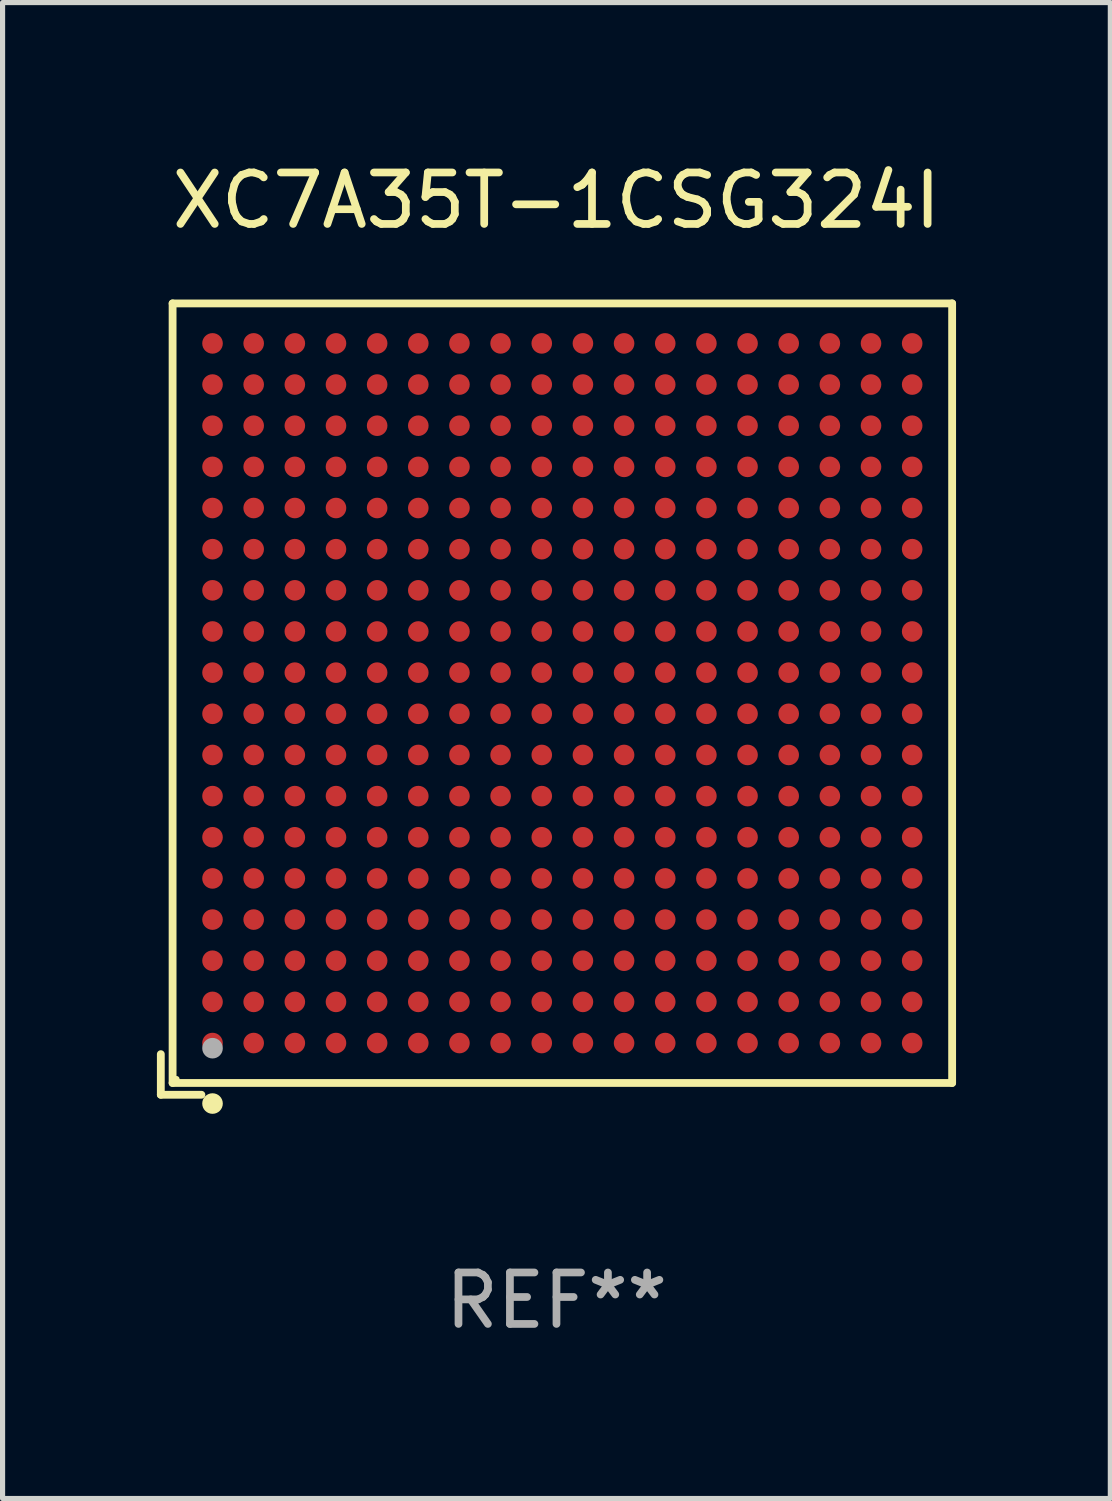
<source format=kicad_pcb>
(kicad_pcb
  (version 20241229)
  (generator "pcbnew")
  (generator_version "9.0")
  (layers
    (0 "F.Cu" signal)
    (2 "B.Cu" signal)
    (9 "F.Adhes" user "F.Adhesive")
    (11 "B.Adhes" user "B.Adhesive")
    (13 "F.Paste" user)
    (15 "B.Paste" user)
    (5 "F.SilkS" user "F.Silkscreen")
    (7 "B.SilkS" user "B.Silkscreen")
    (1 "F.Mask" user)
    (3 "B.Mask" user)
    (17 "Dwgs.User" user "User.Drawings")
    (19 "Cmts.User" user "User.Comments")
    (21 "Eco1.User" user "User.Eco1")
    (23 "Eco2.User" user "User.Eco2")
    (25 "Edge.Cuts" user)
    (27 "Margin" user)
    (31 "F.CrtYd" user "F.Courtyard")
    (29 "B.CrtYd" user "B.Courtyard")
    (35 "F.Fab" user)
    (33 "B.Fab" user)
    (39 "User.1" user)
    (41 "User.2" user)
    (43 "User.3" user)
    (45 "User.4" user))
  (footprint "XC7A35T-1CSG324I"
    (layer "F.Cu")
    (at 7.767 10.539)
    (property "Reference" "XC7A35T-1CSG324I" (at 0 -9.691 0) (layer "F.SilkS") (effects (font (size 1 1) (thickness 0.15))))
    (attr through_hole)
    (fp_line (start -7.691 6.902) (end -7.691 7.691) (stroke (width 0.152) (type solid)) (layer "F.SilkS"))
    (fp_line (start -7.691 7.691) (end -6.902 7.691) (stroke (width 0.152) (type solid)) (layer "F.SilkS"))
    (fp_line (start -7.462 -7.691) (end 7.691 -7.691) (stroke (width 0.152) (type solid)) (layer "F.SilkS"))
    (fp_line (start -7.462 7.462) (end -7.462 -7.691) (stroke (width 0.152) (type solid)) (layer "F.SilkS"))
    (fp_line (start 7.691 -7.691) (end 7.691 7.462) (stroke (width 0.152) (type solid)) (layer "F.SilkS"))
    (fp_line (start 7.691 7.462) (end -7.462 7.462) (stroke (width 0.152) (type solid)) (layer "F.SilkS"))
    (fp_circle (center -7.386 7.386) (end -7.356 7.386) (stroke (width 0.06) (type solid)) (fill no) (layer "F.SilkS"))
    (fp_circle (center -6.686 7.862) (end -6.586 7.862) (stroke (width 0.2) (type solid)) (fill no) (layer "F.SilkS"))
    (fp_circle (center -6.686 6.786) (end -6.586 6.786) (stroke (width 0.2) (type solid)) (fill no) (layer "F.Fab"))
    (fp_text user "REF**" (at 0 11.691 0) (layer "F.Fab") (effects (font (size 1 1) (thickness 0.15))))
    (pad "A1" smd circle (at -6.686 6.686) (size 0.4 0.4) (layers "F.Cu" "F.Mask" "F.Paste"))
    (pad "A2" smd circle (at -6.686 5.886) (size 0.4 0.4) (layers "F.Cu" "F.Mask" "F.Paste"))
    (pad "A3" smd circle (at -6.686 5.086) (size 0.4 0.4) (layers "F.Cu" "F.Mask" "F.Paste"))
    (pad "A4" smd circle (at -6.686 4.286) (size 0.4 0.4) (layers "F.Cu" "F.Mask" "F.Paste"))
    (pad "A5" smd circle (at -6.686 3.486) (size 0.4 0.4) (layers "F.Cu" "F.Mask" "F.Paste"))
    (pad "A6" smd circle (at -6.686 2.686) (size 0.4 0.4) (layers "F.Cu" "F.Mask" "F.Paste"))
    (pad "A7" smd circle (at -6.686 1.886) (size 0.4 0.4) (layers "F.Cu" "F.Mask" "F.Paste"))
    (pad "A8" smd circle (at -6.686 1.086) (size 0.4 0.4) (layers "F.Cu" "F.Mask" "F.Paste"))
    (pad "A9" smd circle (at -6.686 0.286) (size 0.4 0.4) (layers "F.Cu" "F.Mask" "F.Paste"))
    (pad "A10" smd circle (at -6.686 -0.514) (size 0.4 0.4) (layers "F.Cu" "F.Mask" "F.Paste"))
    (pad "A11" smd circle (at -6.686 -1.314) (size 0.4 0.4) (layers "F.Cu" "F.Mask" "F.Paste"))
    (pad "A12" smd circle (at -6.686 -2.114) (size 0.4 0.4) (layers "F.Cu" "F.Mask" "F.Paste"))
    (pad "A13" smd circle (at -6.686 -2.914) (size 0.4 0.4) (layers "F.Cu" "F.Mask" "F.Paste"))
    (pad "A14" smd circle (at -6.686 -3.714) (size 0.4 0.4) (layers "F.Cu" "F.Mask" "F.Paste"))
    (pad "A15" smd circle (at -6.686 -4.514) (size 0.4 0.4) (layers "F.Cu" "F.Mask" "F.Paste"))
    (pad "A16" smd circle (at -6.686 -5.314) (size 0.4 0.4) (layers "F.Cu" "F.Mask" "F.Paste"))
    (pad "A17" smd circle (at -6.686 -6.114) (size 0.4 0.4) (layers "F.Cu" "F.Mask" "F.Paste"))
    (pad "A18" smd circle (at -6.686 -6.914) (size 0.4 0.4) (layers "F.Cu" "F.Mask" "F.Paste"))
    (pad "B1" smd circle (at -5.886 6.686) (size 0.4 0.4) (layers "F.Cu" "F.Mask" "F.Paste"))
    (pad "B2" smd circle (at -5.886 5.886) (size 0.4 0.4) (layers "F.Cu" "F.Mask" "F.Paste"))
    (pad "B3" smd circle (at -5.886 5.086) (size 0.4 0.4) (layers "F.Cu" "F.Mask" "F.Paste"))
    (pad "B4" smd circle (at -5.886 4.286) (size 0.4 0.4) (layers "F.Cu" "F.Mask" "F.Paste"))
    (pad "B5" smd circle (at -5.886 3.486) (size 0.4 0.4) (layers "F.Cu" "F.Mask" "F.Paste"))
    (pad "B6" smd circle (at -5.886 2.686) (size 0.4 0.4) (layers "F.Cu" "F.Mask" "F.Paste"))
    (pad "B7" smd circle (at -5.886 1.886) (size 0.4 0.4) (layers "F.Cu" "F.Mask" "F.Paste"))
    (pad "B8" smd circle (at -5.886 1.086) (size 0.4 0.4) (layers "F.Cu" "F.Mask" "F.Paste"))
    (pad "B9" smd circle (at -5.886 0.286) (size 0.4 0.4) (layers "F.Cu" "F.Mask" "F.Paste"))
    (pad "B10" smd circle (at -5.886 -0.514) (size 0.4 0.4) (layers "F.Cu" "F.Mask" "F.Paste"))
    (pad "B11" smd circle (at -5.886 -1.314) (size 0.4 0.4) (layers "F.Cu" "F.Mask" "F.Paste"))
    (pad "B12" smd circle (at -5.886 -2.114) (size 0.4 0.4) (layers "F.Cu" "F.Mask" "F.Paste"))
    (pad "B13" smd circle (at -5.886 -2.914) (size 0.4 0.4) (layers "F.Cu" "F.Mask" "F.Paste"))
    (pad "B14" smd circle (at -5.886 -3.714) (size 0.4 0.4) (layers "F.Cu" "F.Mask" "F.Paste"))
    (pad "B15" smd circle (at -5.886 -4.514) (size 0.4 0.4) (layers "F.Cu" "F.Mask" "F.Paste"))
    (pad "B16" smd circle (at -5.886 -5.314) (size 0.4 0.4) (layers "F.Cu" "F.Mask" "F.Paste"))
    (pad "B17" smd circle (at -5.886 -6.114) (size 0.4 0.4) (layers "F.Cu" "F.Mask" "F.Paste"))
    (pad "B18" smd circle (at -5.886 -6.914) (size 0.4 0.4) (layers "F.Cu" "F.Mask" "F.Paste"))
    (pad "C1" smd circle (at -5.086 6.686) (size 0.4 0.4) (layers "F.Cu" "F.Mask" "F.Paste"))
    (pad "C2" smd circle (at -5.086 5.886) (size 0.4 0.4) (layers "F.Cu" "F.Mask" "F.Paste"))
    (pad "C3" smd circle (at -5.086 5.086) (size 0.4 0.4) (layers "F.Cu" "F.Mask" "F.Paste"))
    (pad "C4" smd circle (at -5.086 4.286) (size 0.4 0.4) (layers "F.Cu" "F.Mask" "F.Paste"))
    (pad "C5" smd circle (at -5.086 3.486) (size 0.4 0.4) (layers "F.Cu" "F.Mask" "F.Paste"))
    (pad "C6" smd circle (at -5.086 2.686) (size 0.4 0.4) (layers "F.Cu" "F.Mask" "F.Paste"))
    (pad "C7" smd circle (at -5.086 1.886) (size 0.4 0.4) (layers "F.Cu" "F.Mask" "F.Paste"))
    (pad "C8" smd circle (at -5.086 1.086) (size 0.4 0.4) (layers "F.Cu" "F.Mask" "F.Paste"))
    (pad "C9" smd circle (at -5.086 0.286) (size 0.4 0.4) (layers "F.Cu" "F.Mask" "F.Paste"))
    (pad "C10" smd circle (at -5.086 -0.514) (size 0.4 0.4) (layers "F.Cu" "F.Mask" "F.Paste"))
    (pad "C11" smd circle (at -5.086 -1.314) (size 0.4 0.4) (layers "F.Cu" "F.Mask" "F.Paste"))
    (pad "C12" smd circle (at -5.086 -2.114) (size 0.4 0.4) (layers "F.Cu" "F.Mask" "F.Paste"))
    (pad "C13" smd circle (at -5.086 -2.914) (size 0.4 0.4) (layers "F.Cu" "F.Mask" "F.Paste"))
    (pad "C14" smd circle (at -5.086 -3.714) (size 0.4 0.4) (layers "F.Cu" "F.Mask" "F.Paste"))
    (pad "C15" smd circle (at -5.086 -4.514) (size 0.4 0.4) (layers "F.Cu" "F.Mask" "F.Paste"))
    (pad "C16" smd circle (at -5.086 -5.314) (size 0.4 0.4) (layers "F.Cu" "F.Mask" "F.Paste"))
    (pad "C17" smd circle (at -5.086 -6.114) (size 0.4 0.4) (layers "F.Cu" "F.Mask" "F.Paste"))
    (pad "C18" smd circle (at -5.086 -6.914) (size 0.4 0.4) (layers "F.Cu" "F.Mask" "F.Paste"))
    (pad "D1" smd circle (at -4.286 6.686) (size 0.4 0.4) (layers "F.Cu" "F.Mask" "F.Paste"))
    (pad "D2" smd circle (at -4.286 5.886) (size 0.4 0.4) (layers "F.Cu" "F.Mask" "F.Paste"))
    (pad "D3" smd circle (at -4.286 5.086) (size 0.4 0.4) (layers "F.Cu" "F.Mask" "F.Paste"))
    (pad "D4" smd circle (at -4.286 4.286) (size 0.4 0.4) (layers "F.Cu" "F.Mask" "F.Paste"))
    (pad "D5" smd circle (at -4.286 3.486) (size 0.4 0.4) (layers "F.Cu" "F.Mask" "F.Paste"))
    (pad "D6" smd circle (at -4.286 2.686) (size 0.4 0.4) (layers "F.Cu" "F.Mask" "F.Paste"))
    (pad "D7" smd circle (at -4.286 1.886) (size 0.4 0.4) (layers "F.Cu" "F.Mask" "F.Paste"))
    (pad "D8" smd circle (at -4.286 1.086) (size 0.4 0.4) (layers "F.Cu" "F.Mask" "F.Paste"))
    (pad "D9" smd circle (at -4.286 0.286) (size 0.4 0.4) (layers "F.Cu" "F.Mask" "F.Paste"))
    (pad "D10" smd circle (at -4.286 -0.514) (size 0.4 0.4) (layers "F.Cu" "F.Mask" "F.Paste"))
    (pad "D11" smd circle (at -4.286 -1.314) (size 0.4 0.4) (layers "F.Cu" "F.Mask" "F.Paste"))
    (pad "D12" smd circle (at -4.286 -2.114) (size 0.4 0.4) (layers "F.Cu" "F.Mask" "F.Paste"))
    (pad "D13" smd circle (at -4.286 -2.914) (size 0.4 0.4) (layers "F.Cu" "F.Mask" "F.Paste"))
    (pad "D14" smd circle (at -4.286 -3.714) (size 0.4 0.4) (layers "F.Cu" "F.Mask" "F.Paste"))
    (pad "D15" smd circle (at -4.286 -4.514) (size 0.4 0.4) (layers "F.Cu" "F.Mask" "F.Paste"))
    (pad "D16" smd circle (at -4.286 -5.314) (size 0.4 0.4) (layers "F.Cu" "F.Mask" "F.Paste"))
    (pad "D17" smd circle (at -4.286 -6.114) (size 0.4 0.4) (layers "F.Cu" "F.Mask" "F.Paste"))
    (pad "D18" smd circle (at -4.286 -6.914) (size 0.4 0.4) (layers "F.Cu" "F.Mask" "F.Paste"))
    (pad "E1" smd circle (at -3.486 6.686) (size 0.4 0.4) (layers "F.Cu" "F.Mask" "F.Paste"))
    (pad "E2" smd circle (at -3.486 5.886) (size 0.4 0.4) (layers "F.Cu" "F.Mask" "F.Paste"))
    (pad "E3" smd circle (at -3.486 5.086) (size 0.4 0.4) (layers "F.Cu" "F.Mask" "F.Paste"))
    (pad "E4" smd circle (at -3.486 4.286) (size 0.4 0.4) (layers "F.Cu" "F.Mask" "F.Paste"))
    (pad "E5" smd circle (at -3.486 3.486) (size 0.4 0.4) (layers "F.Cu" "F.Mask" "F.Paste"))
    (pad "E6" smd circle (at -3.486 2.686) (size 0.4 0.4) (layers "F.Cu" "F.Mask" "F.Paste"))
    (pad "E7" smd circle (at -3.486 1.886) (size 0.4 0.4) (layers "F.Cu" "F.Mask" "F.Paste"))
    (pad "E8" smd circle (at -3.486 1.086) (size 0.4 0.4) (layers "F.Cu" "F.Mask" "F.Paste"))
    (pad "E9" smd circle (at -3.486 0.286) (size 0.4 0.4) (layers "F.Cu" "F.Mask" "F.Paste"))
    (pad "E10" smd circle (at -3.486 -0.514) (size 0.4 0.4) (layers "F.Cu" "F.Mask" "F.Paste"))
    (pad "E11" smd circle (at -3.486 -1.314) (size 0.4 0.4) (layers "F.Cu" "F.Mask" "F.Paste"))
    (pad "E12" smd circle (at -3.486 -2.114) (size 0.4 0.4) (layers "F.Cu" "F.Mask" "F.Paste"))
    (pad "E13" smd circle (at -3.486 -2.914) (size 0.4 0.4) (layers "F.Cu" "F.Mask" "F.Paste"))
    (pad "E14" smd circle (at -3.486 -3.714) (size 0.4 0.4) (layers "F.Cu" "F.Mask" "F.Paste"))
    (pad "E15" smd circle (at -3.486 -4.514) (size 0.4 0.4) (layers "F.Cu" "F.Mask" "F.Paste"))
    (pad "E16" smd circle (at -3.486 -5.314) (size 0.4 0.4) (layers "F.Cu" "F.Mask" "F.Paste"))
    (pad "E17" smd circle (at -3.486 -6.114) (size 0.4 0.4) (layers "F.Cu" "F.Mask" "F.Paste"))
    (pad "E18" smd circle (at -3.486 -6.914) (size 0.4 0.4) (layers "F.Cu" "F.Mask" "F.Paste"))
    (pad "F1" smd circle (at -2.686 6.686) (size 0.4 0.4) (layers "F.Cu" "F.Mask" "F.Paste"))
    (pad "F2" smd circle (at -2.686 5.886) (size 0.4 0.4) (layers "F.Cu" "F.Mask" "F.Paste"))
    (pad "F3" smd circle (at -2.686 5.086) (size 0.4 0.4) (layers "F.Cu" "F.Mask" "F.Paste"))
    (pad "F4" smd circle (at -2.686 4.286) (size 0.4 0.4) (layers "F.Cu" "F.Mask" "F.Paste"))
    (pad "F5" smd circle (at -2.686 3.486) (size 0.4 0.4) (layers "F.Cu" "F.Mask" "F.Paste"))
    (pad "F6" smd circle (at -2.686 2.686) (size 0.4 0.4) (layers "F.Cu" "F.Mask" "F.Paste"))
    (pad "F7" smd circle (at -2.686 1.886) (size 0.4 0.4) (layers "F.Cu" "F.Mask" "F.Paste"))
    (pad "F8" smd circle (at -2.686 1.086) (size 0.4 0.4) (layers "F.Cu" "F.Mask" "F.Paste"))
    (pad "F9" smd circle (at -2.686 0.286) (size 0.4 0.4) (layers "F.Cu" "F.Mask" "F.Paste"))
    (pad "F10" smd circle (at -2.686 -0.514) (size 0.4 0.4) (layers "F.Cu" "F.Mask" "F.Paste"))
    (pad "F11" smd circle (at -2.686 -1.314) (size 0.4 0.4) (layers "F.Cu" "F.Mask" "F.Paste"))
    (pad "F12" smd circle (at -2.686 -2.114) (size 0.4 0.4) (layers "F.Cu" "F.Mask" "F.Paste"))
    (pad "F13" smd circle (at -2.686 -2.914) (size 0.4 0.4) (layers "F.Cu" "F.Mask" "F.Paste"))
    (pad "F14" smd circle (at -2.686 -3.714) (size 0.4 0.4) (layers "F.Cu" "F.Mask" "F.Paste"))
    (pad "F15" smd circle (at -2.686 -4.514) (size 0.4 0.4) (layers "F.Cu" "F.Mask" "F.Paste"))
    (pad "F16" smd circle (at -2.686 -5.314) (size 0.4 0.4) (layers "F.Cu" "F.Mask" "F.Paste"))
    (pad "F17" smd circle (at -2.686 -6.114) (size 0.4 0.4) (layers "F.Cu" "F.Mask" "F.Paste"))
    (pad "F18" smd circle (at -2.686 -6.914) (size 0.4 0.4) (layers "F.Cu" "F.Mask" "F.Paste"))
    (pad "G1" smd circle (at -1.886 6.686) (size 0.4 0.4) (layers "F.Cu" "F.Mask" "F.Paste"))
    (pad "G2" smd circle (at -1.886 5.886) (size 0.4 0.4) (layers "F.Cu" "F.Mask" "F.Paste"))
    (pad "G3" smd circle (at -1.886 5.086) (size 0.4 0.4) (layers "F.Cu" "F.Mask" "F.Paste"))
    (pad "G4" smd circle (at -1.886 4.286) (size 0.4 0.4) (layers "F.Cu" "F.Mask" "F.Paste"))
    (pad "G5" smd circle (at -1.886 3.486) (size 0.4 0.4) (layers "F.Cu" "F.Mask" "F.Paste"))
    (pad "G6" smd circle (at -1.886 2.686) (size 0.4 0.4) (layers "F.Cu" "F.Mask" "F.Paste"))
    (pad "G7" smd circle (at -1.886 1.886) (size 0.4 0.4) (layers "F.Cu" "F.Mask" "F.Paste"))
    (pad "G8" smd circle (at -1.886 1.086) (size 0.4 0.4) (layers "F.Cu" "F.Mask" "F.Paste"))
    (pad "G9" smd circle (at -1.886 0.286) (size 0.4 0.4) (layers "F.Cu" "F.Mask" "F.Paste"))
    (pad "G10" smd circle (at -1.886 -0.514) (size 0.4 0.4) (layers "F.Cu" "F.Mask" "F.Paste"))
    (pad "G11" smd circle (at -1.886 -1.314) (size 0.4 0.4) (layers "F.Cu" "F.Mask" "F.Paste"))
    (pad "G12" smd circle (at -1.886 -2.114) (size 0.4 0.4) (layers "F.Cu" "F.Mask" "F.Paste"))
    (pad "G13" smd circle (at -1.886 -2.914) (size 0.4 0.4) (layers "F.Cu" "F.Mask" "F.Paste"))
    (pad "G14" smd circle (at -1.886 -3.714) (size 0.4 0.4) (layers "F.Cu" "F.Mask" "F.Paste"))
    (pad "G15" smd circle (at -1.886 -4.514) (size 0.4 0.4) (layers "F.Cu" "F.Mask" "F.Paste"))
    (pad "G16" smd circle (at -1.886 -5.314) (size 0.4 0.4) (layers "F.Cu" "F.Mask" "F.Paste"))
    (pad "G17" smd circle (at -1.886 -6.114) (size 0.4 0.4) (layers "F.Cu" "F.Mask" "F.Paste"))
    (pad "G18" smd circle (at -1.886 -6.914) (size 0.4 0.4) (layers "F.Cu" "F.Mask" "F.Paste"))
    (pad "H1" smd circle (at -1.086 6.686) (size 0.4 0.4) (layers "F.Cu" "F.Mask" "F.Paste"))
    (pad "H2" smd circle (at -1.086 5.886) (size 0.4 0.4) (layers "F.Cu" "F.Mask" "F.Paste"))
    (pad "H3" smd circle (at -1.086 5.086) (size 0.4 0.4) (layers "F.Cu" "F.Mask" "F.Paste"))
    (pad "H4" smd circle (at -1.086 4.286) (size 0.4 0.4) (layers "F.Cu" "F.Mask" "F.Paste"))
    (pad "H5" smd circle (at -1.086 3.486) (size 0.4 0.4) (layers "F.Cu" "F.Mask" "F.Paste"))
    (pad "H6" smd circle (at -1.086 2.686) (size 0.4 0.4) (layers "F.Cu" "F.Mask" "F.Paste"))
    (pad "H7" smd circle (at -1.086 1.886) (size 0.4 0.4) (layers "F.Cu" "F.Mask" "F.Paste"))
    (pad "H8" smd circle (at -1.086 1.086) (size 0.4 0.4) (layers "F.Cu" "F.Mask" "F.Paste"))
    (pad "H9" smd circle (at -1.086 0.286) (size 0.4 0.4) (layers "F.Cu" "F.Mask" "F.Paste"))
    (pad "H10" smd circle (at -1.086 -0.514) (size 0.4 0.4) (layers "F.Cu" "F.Mask" "F.Paste"))
    (pad "H11" smd circle (at -1.086 -1.314) (size 0.4 0.4) (layers "F.Cu" "F.Mask" "F.Paste"))
    (pad "H12" smd circle (at -1.086 -2.114) (size 0.4 0.4) (layers "F.Cu" "F.Mask" "F.Paste"))
    (pad "H13" smd circle (at -1.086 -2.914) (size 0.4 0.4) (layers "F.Cu" "F.Mask" "F.Paste"))
    (pad "H14" smd circle (at -1.086 -3.714) (size 0.4 0.4) (layers "F.Cu" "F.Mask" "F.Paste"))
    (pad "H15" smd circle (at -1.086 -4.514) (size 0.4 0.4) (layers "F.Cu" "F.Mask" "F.Paste"))
    (pad "H16" smd circle (at -1.086 -5.314) (size 0.4 0.4) (layers "F.Cu" "F.Mask" "F.Paste"))
    (pad "H17" smd circle (at -1.086 -6.114) (size 0.4 0.4) (layers "F.Cu" "F.Mask" "F.Paste"))
    (pad "H18" smd circle (at -1.086 -6.914) (size 0.4 0.4) (layers "F.Cu" "F.Mask" "F.Paste"))
    (pad "J1" smd circle (at -0.286 6.686) (size 0.4 0.4) (layers "F.Cu" "F.Mask" "F.Paste"))
    (pad "J2" smd circle (at -0.286 5.886) (size 0.4 0.4) (layers "F.Cu" "F.Mask" "F.Paste"))
    (pad "J3" smd circle (at -0.286 5.086) (size 0.4 0.4) (layers "F.Cu" "F.Mask" "F.Paste"))
    (pad "J4" smd circle (at -0.286 4.286) (size 0.4 0.4) (layers "F.Cu" "F.Mask" "F.Paste"))
    (pad "J5" smd circle (at -0.286 3.486) (size 0.4 0.4) (layers "F.Cu" "F.Mask" "F.Paste"))
    (pad "J6" smd circle (at -0.286 2.686) (size 0.4 0.4) (layers "F.Cu" "F.Mask" "F.Paste"))
    (pad "J7" smd circle (at -0.286 1.886) (size 0.4 0.4) (layers "F.Cu" "F.Mask" "F.Paste"))
    (pad "J8" smd circle (at -0.286 1.086) (size 0.4 0.4) (layers "F.Cu" "F.Mask" "F.Paste"))
    (pad "J9" smd circle (at -0.286 0.286) (size 0.4 0.4) (layers "F.Cu" "F.Mask" "F.Paste"))
    (pad "J10" smd circle (at -0.286 -0.514) (size 0.4 0.4) (layers "F.Cu" "F.Mask" "F.Paste"))
    (pad "J11" smd circle (at -0.286 -1.314) (size 0.4 0.4) (layers "F.Cu" "F.Mask" "F.Paste"))
    (pad "J12" smd circle (at -0.286 -2.114) (size 0.4 0.4) (layers "F.Cu" "F.Mask" "F.Paste"))
    (pad "J13" smd circle (at -0.286 -2.914) (size 0.4 0.4) (layers "F.Cu" "F.Mask" "F.Paste"))
    (pad "J14" smd circle (at -0.286 -3.714) (size 0.4 0.4) (layers "F.Cu" "F.Mask" "F.Paste"))
    (pad "J15" smd circle (at -0.286 -4.514) (size 0.4 0.4) (layers "F.Cu" "F.Mask" "F.Paste"))
    (pad "J16" smd circle (at -0.286 -5.314) (size 0.4 0.4) (layers "F.Cu" "F.Mask" "F.Paste"))
    (pad "J17" smd circle (at -0.286 -6.114) (size 0.4 0.4) (layers "F.Cu" "F.Mask" "F.Paste"))
    (pad "J18" smd circle (at -0.286 -6.914) (size 0.4 0.4) (layers "F.Cu" "F.Mask" "F.Paste"))
    (pad "K1" smd circle (at 0.514 6.686) (size 0.4 0.4) (layers "F.Cu" "F.Mask" "F.Paste"))
    (pad "K2" smd circle (at 0.514 5.886) (size 0.4 0.4) (layers "F.Cu" "F.Mask" "F.Paste"))
    (pad "K3" smd circle (at 0.514 5.086) (size 0.4 0.4) (layers "F.Cu" "F.Mask" "F.Paste"))
    (pad "K4" smd circle (at 0.514 4.286) (size 0.4 0.4) (layers "F.Cu" "F.Mask" "F.Paste"))
    (pad "K5" smd circle (at 0.514 3.486) (size 0.4 0.4) (layers "F.Cu" "F.Mask" "F.Paste"))
    (pad "K6" smd circle (at 0.514 2.686) (size 0.4 0.4) (layers "F.Cu" "F.Mask" "F.Paste"))
    (pad "K7" smd circle (at 0.514 1.886) (size 0.4 0.4) (layers "F.Cu" "F.Mask" "F.Paste"))
    (pad "K8" smd circle (at 0.514 1.086) (size 0.4 0.4) (layers "F.Cu" "F.Mask" "F.Paste"))
    (pad "K9" smd circle (at 0.514 0.286) (size 0.4 0.4) (layers "F.Cu" "F.Mask" "F.Paste"))
    (pad "K10" smd circle (at 0.514 -0.514) (size 0.4 0.4) (layers "F.Cu" "F.Mask" "F.Paste"))
    (pad "K11" smd circle (at 0.514 -1.314) (size 0.4 0.4) (layers "F.Cu" "F.Mask" "F.Paste"))
    (pad "K12" smd circle (at 0.514 -2.114) (size 0.4 0.4) (layers "F.Cu" "F.Mask" "F.Paste"))
    (pad "K13" smd circle (at 0.514 -2.914) (size 0.4 0.4) (layers "F.Cu" "F.Mask" "F.Paste"))
    (pad "K14" smd circle (at 0.514 -3.714) (size 0.4 0.4) (layers "F.Cu" "F.Mask" "F.Paste"))
    (pad "K15" smd circle (at 0.514 -4.514) (size 0.4 0.4) (layers "F.Cu" "F.Mask" "F.Paste"))
    (pad "K16" smd circle (at 0.514 -5.314) (size 0.4 0.4) (layers "F.Cu" "F.Mask" "F.Paste"))
    (pad "K17" smd circle (at 0.514 -6.114) (size 0.4 0.4) (layers "F.Cu" "F.Mask" "F.Paste"))
    (pad "K18" smd circle (at 0.514 -6.914) (size 0.4 0.4) (layers "F.Cu" "F.Mask" "F.Paste"))
    (pad "L1" smd circle (at 1.314 6.686) (size 0.4 0.4) (layers "F.Cu" "F.Mask" "F.Paste"))
    (pad "L2" smd circle (at 1.314 5.886) (size 0.4 0.4) (layers "F.Cu" "F.Mask" "F.Paste"))
    (pad "L3" smd circle (at 1.314 5.086) (size 0.4 0.4) (layers "F.Cu" "F.Mask" "F.Paste"))
    (pad "L4" smd circle (at 1.314 4.286) (size 0.4 0.4) (layers "F.Cu" "F.Mask" "F.Paste"))
    (pad "L5" smd circle (at 1.314 3.486) (size 0.4 0.4) (layers "F.Cu" "F.Mask" "F.Paste"))
    (pad "L6" smd circle (at 1.314 2.686) (size 0.4 0.4) (layers "F.Cu" "F.Mask" "F.Paste"))
    (pad "L7" smd circle (at 1.314 1.886) (size 0.4 0.4) (layers "F.Cu" "F.Mask" "F.Paste"))
    (pad "L8" smd circle (at 1.314 1.086) (size 0.4 0.4) (layers "F.Cu" "F.Mask" "F.Paste"))
    (pad "L9" smd circle (at 1.314 0.286) (size 0.4 0.4) (layers "F.Cu" "F.Mask" "F.Paste"))
    (pad "L10" smd circle (at 1.314 -0.514) (size 0.4 0.4) (layers "F.Cu" "F.Mask" "F.Paste"))
    (pad "L11" smd circle (at 1.314 -1.314) (size 0.4 0.4) (layers "F.Cu" "F.Mask" "F.Paste"))
    (pad "L12" smd circle (at 1.314 -2.114) (size 0.4 0.4) (layers "F.Cu" "F.Mask" "F.Paste"))
    (pad "L13" smd circle (at 1.314 -2.914) (size 0.4 0.4) (layers "F.Cu" "F.Mask" "F.Paste"))
    (pad "L14" smd circle (at 1.314 -3.714) (size 0.4 0.4) (layers "F.Cu" "F.Mask" "F.Paste"))
    (pad "L15" smd circle (at 1.314 -4.514) (size 0.4 0.4) (layers "F.Cu" "F.Mask" "F.Paste"))
    (pad "L16" smd circle (at 1.314 -5.314) (size 0.4 0.4) (layers "F.Cu" "F.Mask" "F.Paste"))
    (pad "L17" smd circle (at 1.314 -6.114) (size 0.4 0.4) (layers "F.Cu" "F.Mask" "F.Paste"))
    (pad "L18" smd circle (at 1.314 -6.914) (size 0.4 0.4) (layers "F.Cu" "F.Mask" "F.Paste"))
    (pad "M1" smd circle (at 2.114 6.686) (size 0.4 0.4) (layers "F.Cu" "F.Mask" "F.Paste"))
    (pad "M2" smd circle (at 2.114 5.886) (size 0.4 0.4) (layers "F.Cu" "F.Mask" "F.Paste"))
    (pad "M3" smd circle (at 2.114 5.086) (size 0.4 0.4) (layers "F.Cu" "F.Mask" "F.Paste"))
    (pad "M4" smd circle (at 2.114 4.286) (size 0.4 0.4) (layers "F.Cu" "F.Mask" "F.Paste"))
    (pad "M5" smd circle (at 2.114 3.486) (size 0.4 0.4) (layers "F.Cu" "F.Mask" "F.Paste"))
    (pad "M6" smd circle (at 2.114 2.686) (size 0.4 0.4) (layers "F.Cu" "F.Mask" "F.Paste"))
    (pad "M7" smd circle (at 2.114 1.886) (size 0.4 0.4) (layers "F.Cu" "F.Mask" "F.Paste"))
    (pad "M8" smd circle (at 2.114 1.086) (size 0.4 0.4) (layers "F.Cu" "F.Mask" "F.Paste"))
    (pad "M9" smd circle (at 2.114 0.286) (size 0.4 0.4) (layers "F.Cu" "F.Mask" "F.Paste"))
    (pad "M10" smd circle (at 2.114 -0.514) (size 0.4 0.4) (layers "F.Cu" "F.Mask" "F.Paste"))
    (pad "M11" smd circle (at 2.114 -1.314) (size 0.4 0.4) (layers "F.Cu" "F.Mask" "F.Paste"))
    (pad "M12" smd circle (at 2.114 -2.114) (size 0.4 0.4) (layers "F.Cu" "F.Mask" "F.Paste"))
    (pad "M13" smd circle (at 2.114 -2.914) (size 0.4 0.4) (layers "F.Cu" "F.Mask" "F.Paste"))
    (pad "M14" smd circle (at 2.114 -3.714) (size 0.4 0.4) (layers "F.Cu" "F.Mask" "F.Paste"))
    (pad "M15" smd circle (at 2.114 -4.514) (size 0.4 0.4) (layers "F.Cu" "F.Mask" "F.Paste"))
    (pad "M16" smd circle (at 2.114 -5.314) (size 0.4 0.4) (layers "F.Cu" "F.Mask" "F.Paste"))
    (pad "M17" smd circle (at 2.114 -6.114) (size 0.4 0.4) (layers "F.Cu" "F.Mask" "F.Paste"))
    (pad "M18" smd circle (at 2.114 -6.914) (size 0.4 0.4) (layers "F.Cu" "F.Mask" "F.Paste"))
    (pad "N1" smd circle (at 2.914 6.686) (size 0.4 0.4) (layers "F.Cu" "F.Mask" "F.Paste"))
    (pad "N2" smd circle (at 2.914 5.886) (size 0.4 0.4) (layers "F.Cu" "F.Mask" "F.Paste"))
    (pad "N3" smd circle (at 2.914 5.086) (size 0.4 0.4) (layers "F.Cu" "F.Mask" "F.Paste"))
    (pad "N4" smd circle (at 2.914 4.286) (size 0.4 0.4) (layers "F.Cu" "F.Mask" "F.Paste"))
    (pad "N5" smd circle (at 2.914 3.486) (size 0.4 0.4) (layers "F.Cu" "F.Mask" "F.Paste"))
    (pad "N6" smd circle (at 2.914 2.686) (size 0.4 0.4) (layers "F.Cu" "F.Mask" "F.Paste"))
    (pad "N7" smd circle (at 2.914 1.886) (size 0.4 0.4) (layers "F.Cu" "F.Mask" "F.Paste"))
    (pad "N8" smd circle (at 2.914 1.086) (size 0.4 0.4) (layers "F.Cu" "F.Mask" "F.Paste"))
    (pad "N9" smd circle (at 2.914 0.286) (size 0.4 0.4) (layers "F.Cu" "F.Mask" "F.Paste"))
    (pad "N10" smd circle (at 2.914 -0.514) (size 0.4 0.4) (layers "F.Cu" "F.Mask" "F.Paste"))
    (pad "N11" smd circle (at 2.914 -1.314) (size 0.4 0.4) (layers "F.Cu" "F.Mask" "F.Paste"))
    (pad "N12" smd circle (at 2.914 -2.114) (size 0.4 0.4) (layers "F.Cu" "F.Mask" "F.Paste"))
    (pad "N13" smd circle (at 2.914 -2.914) (size 0.4 0.4) (layers "F.Cu" "F.Mask" "F.Paste"))
    (pad "N14" smd circle (at 2.914 -3.714) (size 0.4 0.4) (layers "F.Cu" "F.Mask" "F.Paste"))
    (pad "N15" smd circle (at 2.914 -4.514) (size 0.4 0.4) (layers "F.Cu" "F.Mask" "F.Paste"))
    (pad "N16" smd circle (at 2.914 -5.314) (size 0.4 0.4) (layers "F.Cu" "F.Mask" "F.Paste"))
    (pad "N17" smd circle (at 2.914 -6.114) (size 0.4 0.4) (layers "F.Cu" "F.Mask" "F.Paste"))
    (pad "N18" smd circle (at 2.914 -6.914) (size 0.4 0.4) (layers "F.Cu" "F.Mask" "F.Paste"))
    (pad "P1" smd circle (at 3.714 6.686) (size 0.4 0.4) (layers "F.Cu" "F.Mask" "F.Paste"))
    (pad "P2" smd circle (at 3.714 5.886) (size 0.4 0.4) (layers "F.Cu" "F.Mask" "F.Paste"))
    (pad "P3" smd circle (at 3.714 5.086) (size 0.4 0.4) (layers "F.Cu" "F.Mask" "F.Paste"))
    (pad "P4" smd circle (at 3.714 4.286) (size 0.4 0.4) (layers "F.Cu" "F.Mask" "F.Paste"))
    (pad "P5" smd circle (at 3.714 3.486) (size 0.4 0.4) (layers "F.Cu" "F.Mask" "F.Paste"))
    (pad "P6" smd circle (at 3.714 2.686) (size 0.4 0.4) (layers "F.Cu" "F.Mask" "F.Paste"))
    (pad "P7" smd circle (at 3.714 1.886) (size 0.4 0.4) (layers "F.Cu" "F.Mask" "F.Paste"))
    (pad "P8" smd circle (at 3.714 1.086) (size 0.4 0.4) (layers "F.Cu" "F.Mask" "F.Paste"))
    (pad "P9" smd circle (at 3.714 0.286) (size 0.4 0.4) (layers "F.Cu" "F.Mask" "F.Paste"))
    (pad "P10" smd circle (at 3.714 -0.514) (size 0.4 0.4) (layers "F.Cu" "F.Mask" "F.Paste"))
    (pad "P11" smd circle (at 3.714 -1.314) (size 0.4 0.4) (layers "F.Cu" "F.Mask" "F.Paste"))
    (pad "P12" smd circle (at 3.714 -2.114) (size 0.4 0.4) (layers "F.Cu" "F.Mask" "F.Paste"))
    (pad "P13" smd circle (at 3.714 -2.914) (size 0.4 0.4) (layers "F.Cu" "F.Mask" "F.Paste"))
    (pad "P14" smd circle (at 3.714 -3.714) (size 0.4 0.4) (layers "F.Cu" "F.Mask" "F.Paste"))
    (pad "P15" smd circle (at 3.714 -4.514) (size 0.4 0.4) (layers "F.Cu" "F.Mask" "F.Paste"))
    (pad "P16" smd circle (at 3.714 -5.314) (size 0.4 0.4) (layers "F.Cu" "F.Mask" "F.Paste"))
    (pad "P17" smd circle (at 3.714 -6.114) (size 0.4 0.4) (layers "F.Cu" "F.Mask" "F.Paste"))
    (pad "P18" smd circle (at 3.714 -6.914) (size 0.4 0.4) (layers "F.Cu" "F.Mask" "F.Paste"))
    (pad "R1" smd circle (at 4.514 6.686) (size 0.4 0.4) (layers "F.Cu" "F.Mask" "F.Paste"))
    (pad "R2" smd circle (at 4.514 5.886) (size 0.4 0.4) (layers "F.Cu" "F.Mask" "F.Paste"))
    (pad "R3" smd circle (at 4.514 5.086) (size 0.4 0.4) (layers "F.Cu" "F.Mask" "F.Paste"))
    (pad "R4" smd circle (at 4.514 4.286) (size 0.4 0.4) (layers "F.Cu" "F.Mask" "F.Paste"))
    (pad "R5" smd circle (at 4.514 3.486) (size 0.4 0.4) (layers "F.Cu" "F.Mask" "F.Paste"))
    (pad "R6" smd circle (at 4.514 2.686) (size 0.4 0.4) (layers "F.Cu" "F.Mask" "F.Paste"))
    (pad "R7" smd circle (at 4.514 1.886) (size 0.4 0.4) (layers "F.Cu" "F.Mask" "F.Paste"))
    (pad "R8" smd circle (at 4.514 1.086) (size 0.4 0.4) (layers "F.Cu" "F.Mask" "F.Paste"))
    (pad "R9" smd circle (at 4.514 0.286) (size 0.4 0.4) (layers "F.Cu" "F.Mask" "F.Paste"))
    (pad "R10" smd circle (at 4.514 -0.514) (size 0.4 0.4) (layers "F.Cu" "F.Mask" "F.Paste"))
    (pad "R11" smd circle (at 4.514 -1.314) (size 0.4 0.4) (layers "F.Cu" "F.Mask" "F.Paste"))
    (pad "R12" smd circle (at 4.514 -2.114) (size 0.4 0.4) (layers "F.Cu" "F.Mask" "F.Paste"))
    (pad "R13" smd circle (at 4.514 -2.914) (size 0.4 0.4) (layers "F.Cu" "F.Mask" "F.Paste"))
    (pad "R14" smd circle (at 4.514 -3.714) (size 0.4 0.4) (layers "F.Cu" "F.Mask" "F.Paste"))
    (pad "R15" smd circle (at 4.514 -4.514) (size 0.4 0.4) (layers "F.Cu" "F.Mask" "F.Paste"))
    (pad "R16" smd circle (at 4.514 -5.314) (size 0.4 0.4) (layers "F.Cu" "F.Mask" "F.Paste"))
    (pad "R17" smd circle (at 4.514 -6.114) (size 0.4 0.4) (layers "F.Cu" "F.Mask" "F.Paste"))
    (pad "R18" smd circle (at 4.514 -6.914) (size 0.4 0.4) (layers "F.Cu" "F.Mask" "F.Paste"))
    (pad "T1" smd circle (at 5.314 6.686) (size 0.4 0.4) (layers "F.Cu" "F.Mask" "F.Paste"))
    (pad "T2" smd circle (at 5.314 5.886) (size 0.4 0.4) (layers "F.Cu" "F.Mask" "F.Paste"))
    (pad "T3" smd circle (at 5.314 5.086) (size 0.4 0.4) (layers "F.Cu" "F.Mask" "F.Paste"))
    (pad "T4" smd circle (at 5.314 4.286) (size 0.4 0.4) (layers "F.Cu" "F.Mask" "F.Paste"))
    (pad "T5" smd circle (at 5.314 3.486) (size 0.4 0.4) (layers "F.Cu" "F.Mask" "F.Paste"))
    (pad "T6" smd circle (at 5.314 2.686) (size 0.4 0.4) (layers "F.Cu" "F.Mask" "F.Paste"))
    (pad "T7" smd circle (at 5.314 1.886) (size 0.4 0.4) (layers "F.Cu" "F.Mask" "F.Paste"))
    (pad "T8" smd circle (at 5.314 1.086) (size 0.4 0.4) (layers "F.Cu" "F.Mask" "F.Paste"))
    (pad "T9" smd circle (at 5.314 0.286) (size 0.4 0.4) (layers "F.Cu" "F.Mask" "F.Paste"))
    (pad "T10" smd circle (at 5.314 -0.514) (size 0.4 0.4) (layers "F.Cu" "F.Mask" "F.Paste"))
    (pad "T11" smd circle (at 5.314 -1.314) (size 0.4 0.4) (layers "F.Cu" "F.Mask" "F.Paste"))
    (pad "T12" smd circle (at 5.314 -2.114) (size 0.4 0.4) (layers "F.Cu" "F.Mask" "F.Paste"))
    (pad "T13" smd circle (at 5.314 -2.914) (size 0.4 0.4) (layers "F.Cu" "F.Mask" "F.Paste"))
    (pad "T14" smd circle (at 5.314 -3.714) (size 0.4 0.4) (layers "F.Cu" "F.Mask" "F.Paste"))
    (pad "T15" smd circle (at 5.314 -4.514) (size 0.4 0.4) (layers "F.Cu" "F.Mask" "F.Paste"))
    (pad "T16" smd circle (at 5.314 -5.314) (size 0.4 0.4) (layers "F.Cu" "F.Mask" "F.Paste"))
    (pad "T17" smd circle (at 5.314 -6.114) (size 0.4 0.4) (layers "F.Cu" "F.Mask" "F.Paste"))
    (pad "T18" smd circle (at 5.314 -6.914) (size 0.4 0.4) (layers "F.Cu" "F.Mask" "F.Paste"))
    (pad "U1" smd circle (at 6.114 6.686) (size 0.4 0.4) (layers "F.Cu" "F.Mask" "F.Paste"))
    (pad "U2" smd circle (at 6.114 5.886) (size 0.4 0.4) (layers "F.Cu" "F.Mask" "F.Paste"))
    (pad "U3" smd circle (at 6.114 5.086) (size 0.4 0.4) (layers "F.Cu" "F.Mask" "F.Paste"))
    (pad "U4" smd circle (at 6.114 4.286) (size 0.4 0.4) (layers "F.Cu" "F.Mask" "F.Paste"))
    (pad "U5" smd circle (at 6.114 3.486) (size 0.4 0.4) (layers "F.Cu" "F.Mask" "F.Paste"))
    (pad "U6" smd circle (at 6.114 2.686) (size 0.4 0.4) (layers "F.Cu" "F.Mask" "F.Paste"))
    (pad "U7" smd circle (at 6.114 1.886) (size 0.4 0.4) (layers "F.Cu" "F.Mask" "F.Paste"))
    (pad "U8" smd circle (at 6.114 1.086) (size 0.4 0.4) (layers "F.Cu" "F.Mask" "F.Paste"))
    (pad "U9" smd circle (at 6.114 0.286) (size 0.4 0.4) (layers "F.Cu" "F.Mask" "F.Paste"))
    (pad "U10" smd circle (at 6.114 -0.514) (size 0.4 0.4) (layers "F.Cu" "F.Mask" "F.Paste"))
    (pad "U11" smd circle (at 6.114 -1.314) (size 0.4 0.4) (layers "F.Cu" "F.Mask" "F.Paste"))
    (pad "U12" smd circle (at 6.114 -2.114) (size 0.4 0.4) (layers "F.Cu" "F.Mask" "F.Paste"))
    (pad "U13" smd circle (at 6.114 -2.914) (size 0.4 0.4) (layers "F.Cu" "F.Mask" "F.Paste"))
    (pad "U14" smd circle (at 6.114 -3.714) (size 0.4 0.4) (layers "F.Cu" "F.Mask" "F.Paste"))
    (pad "U15" smd circle (at 6.114 -4.514) (size 0.4 0.4) (layers "F.Cu" "F.Mask" "F.Paste"))
    (pad "U16" smd circle (at 6.114 -5.314) (size 0.4 0.4) (layers "F.Cu" "F.Mask" "F.Paste"))
    (pad "U17" smd circle (at 6.114 -6.114) (size 0.4 0.4) (layers "F.Cu" "F.Mask" "F.Paste"))
    (pad "U18" smd circle (at 6.114 -6.914) (size 0.4 0.4) (layers "F.Cu" "F.Mask" "F.Paste"))
    (pad "V1" smd circle (at 6.914 6.686) (size 0.4 0.4) (layers "F.Cu" "F.Mask" "F.Paste"))
    (pad "V2" smd circle (at 6.914 5.886) (size 0.4 0.4) (layers "F.Cu" "F.Mask" "F.Paste"))
    (pad "V3" smd circle (at 6.914 5.086) (size 0.4 0.4) (layers "F.Cu" "F.Mask" "F.Paste"))
    (pad "V4" smd circle (at 6.914 4.286) (size 0.4 0.4) (layers "F.Cu" "F.Mask" "F.Paste"))
    (pad "V5" smd circle (at 6.914 3.486) (size 0.4 0.4) (layers "F.Cu" "F.Mask" "F.Paste"))
    (pad "V6" smd circle (at 6.914 2.686) (size 0.4 0.4) (layers "F.Cu" "F.Mask" "F.Paste"))
    (pad "V7" smd circle (at 6.914 1.886) (size 0.4 0.4) (layers "F.Cu" "F.Mask" "F.Paste"))
    (pad "V8" smd circle (at 6.914 1.086) (size 0.4 0.4) (layers "F.Cu" "F.Mask" "F.Paste"))
    (pad "V9" smd circle (at 6.914 0.286) (size 0.4 0.4) (layers "F.Cu" "F.Mask" "F.Paste"))
    (pad "V10" smd circle (at 6.914 -0.514) (size 0.4 0.4) (layers "F.Cu" "F.Mask" "F.Paste"))
    (pad "V11" smd circle (at 6.914 -1.314) (size 0.4 0.4) (layers "F.Cu" "F.Mask" "F.Paste"))
    (pad "V12" smd circle (at 6.914 -2.114) (size 0.4 0.4) (layers "F.Cu" "F.Mask" "F.Paste"))
    (pad "V13" smd circle (at 6.914 -2.914) (size 0.4 0.4) (layers "F.Cu" "F.Mask" "F.Paste"))
    (pad "V14" smd circle (at 6.914 -3.714) (size 0.4 0.4) (layers "F.Cu" "F.Mask" "F.Paste"))
    (pad "V15" smd circle (at 6.914 -4.514) (size 0.4 0.4) (layers "F.Cu" "F.Mask" "F.Paste"))
    (pad "V16" smd circle (at 6.914 -5.314) (size 0.4 0.4) (layers "F.Cu" "F.Mask" "F.Paste"))
    (pad "V17" smd circle (at 6.914 -6.114) (size 0.4 0.4) (layers "F.Cu" "F.Mask" "F.Paste"))
    (pad "V18" smd circle (at 6.914 -6.914) (size 0.4 0.4) (layers "F.Cu" "F.Mask" "F.Paste")))
  (gr_rect
    (start -3 -3)
    (end 18.533 26.078)
    (stroke (width 0.1) (type default))
    (fill no)
    (layer "Edge.Cuts")))
</source>
